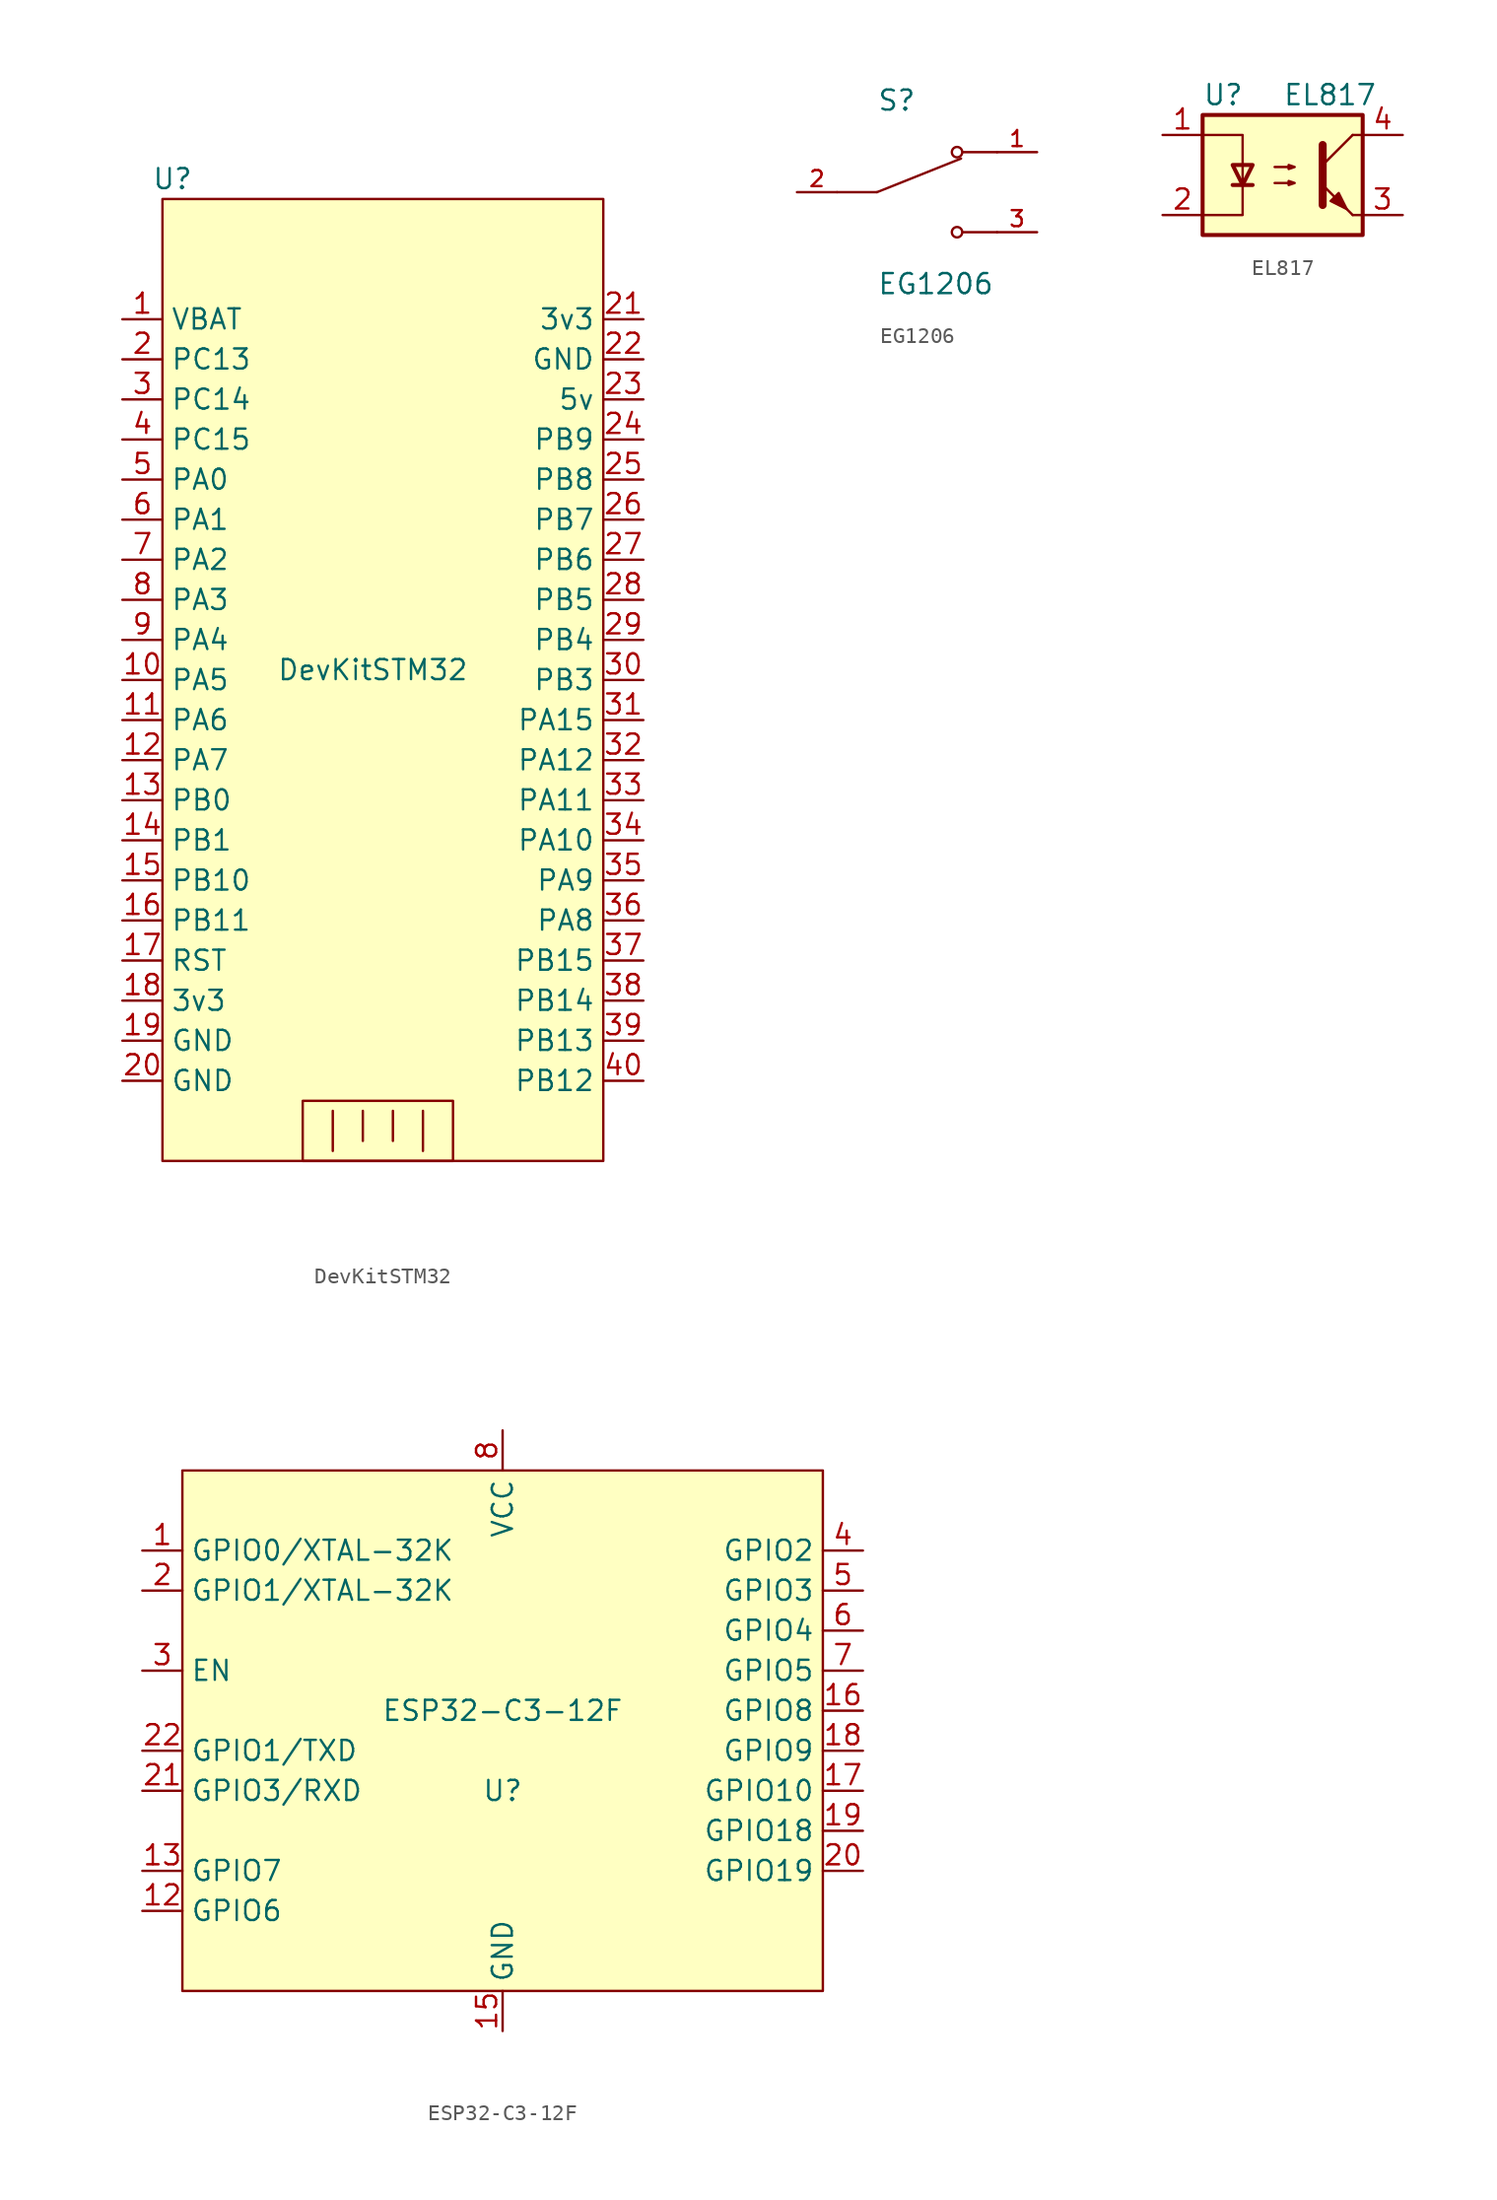
<source format=kicad_sym>
(kicad_symbol_lib
  (version 20220914)
  (generator kicad_symbol_editor)
  (symbol "DevKitSTM32"
    (property "Reference" "U"
      (at -12.065 29.21 0)
      (effects (font (size 1.27 1.27))))
    (property "Value" "DevKitSTM32"
      (at 0.635 -1.905 0)
      (effects (font (size 1.27 1.27))))
    (symbol "DevKitSTM32_0_1"
      (rectangle (start -12.7 27.94) (end 15.24 -33.02) (stroke (width 0) (type default)) (fill (type background)))
      (rectangle (start -3.81 -33.02) (end 5.715 -29.21) (stroke (width 0) (type default)) (fill (type none)))
      (polyline (pts (xy -1.905 -29.845) (xy -1.905 -32.385)) (stroke (width 0) (type default)) (fill (type none)))
      (polyline (pts (xy 0 -29.845) (xy 0 -31.75)) (stroke (width 0) (type default)) (fill (type none)))
      (polyline (pts (xy 1.905 -29.845) (xy 1.905 -31.75)) (stroke (width 0) (type default)) (fill (type none)))
      (polyline (pts (xy 3.81 -29.845) (xy 3.81 -32.385)) (stroke (width 0) (type default)) (fill (type none))))
    (symbol "DevKitSTM32_1_1"
      (pin power_in line (at -15.24 20.32 0) (length 2.54) (name "VBAT" (effects (font (size 1.27 1.27)))) (number "1" (effects (font (size 1.27 1.27)))))
      (pin input line (at -15.24 -2.54 0) (length 2.54) (name "PA5" (effects (font (size 1.27 1.27)))) (number "10" (effects (font (size 1.27 1.27)))))
      (pin input line (at -15.24 -5.08 0) (length 2.54) (name "PA6" (effects (font (size 1.27 1.27)))) (number "11" (effects (font (size 1.27 1.27)))))
      (pin input line (at -15.24 -7.62 0) (length 2.54) (name "PA7" (effects (font (size 1.27 1.27)))) (number "12" (effects (font (size 1.27 1.27)))))
      (pin input line (at -15.24 -10.16 0) (length 2.54) (name "PB0" (effects (font (size 1.27 1.27)))) (number "13" (effects (font (size 1.27 1.27)))))
      (pin input line (at -15.24 -12.7 0) (length 2.54) (name "PB1" (effects (font (size 1.27 1.27)))) (number "14" (effects (font (size 1.27 1.27)))))
      (pin input line (at -15.24 -15.24 0) (length 2.54) (name "PB10" (effects (font (size 1.27 1.27)))) (number "15" (effects (font (size 1.27 1.27)))))
      (pin input line (at -15.24 -17.78 0) (length 2.54) (name "PB11" (effects (font (size 1.27 1.27)))) (number "16" (effects (font (size 1.27 1.27)))))
      (pin input line (at -15.24 -20.32 0) (length 2.54) (name "RST" (effects (font (size 1.27 1.27)))) (number "17" (effects (font (size 1.27 1.27)))))
      (pin input line (at -15.24 -22.86 0) (length 2.54) (name "3v3" (effects (font (size 1.27 1.27)))) (number "18" (effects (font (size 1.27 1.27)))))
      (pin power_in line (at -15.24 -25.4 0) (length 2.54) (name "GND" (effects (font (size 1.27 1.27)))) (number "19" (effects (font (size 1.27 1.27)))))
      (pin input line (at -15.24 17.78 0) (length 2.54) (name "PC13" (effects (font (size 1.27 1.27)))) (number "2" (effects (font (size 1.27 1.27)))))
      (pin power_in line (at -15.24 -27.94 0) (length 2.54) (name "GND" (effects (font (size 1.27 1.27)))) (number "20" (effects (font (size 1.27 1.27)))))
      (pin input line (at 17.78 20.32 180) (length 2.54) (name "3v3" (effects (font (size 1.27 1.27)))) (number "21" (effects (font (size 1.27 1.27)))))
      (pin input line (at 17.78 17.78 180) (length 2.54) (name "GND" (effects (font (size 1.27 1.27)))) (number "22" (effects (font (size 1.27 1.27)))))
      (pin input line (at 17.78 15.24 180) (length 2.54) (name "5v" (effects (font (size 1.27 1.27)))) (number "23" (effects (font (size 1.27 1.27)))))
      (pin input line (at 17.78 12.7 180) (length 2.54) (name "PB9" (effects (font (size 1.27 1.27)))) (number "24" (effects (font (size 1.27 1.27)))))
      (pin input line (at 17.78 10.16 180) (length 2.54) (name "PB8" (effects (font (size 1.27 1.27)))) (number "25" (effects (font (size 1.27 1.27)))))
      (pin input line (at 17.78 7.62 180) (length 2.54) (name "PB7" (effects (font (size 1.27 1.27)))) (number "26" (effects (font (size 1.27 1.27)))))
      (pin input line (at 17.78 5.08 180) (length 2.54) (name "PB6" (effects (font (size 1.27 1.27)))) (number "27" (effects (font (size 1.27 1.27)))))
      (pin input line (at 17.78 2.54 180) (length 2.54) (name "PB5" (effects (font (size 1.27 1.27)))) (number "28" (effects (font (size 1.27 1.27)))))
      (pin input line (at 17.78 0 180) (length 2.54) (name "PB4" (effects (font (size 1.27 1.27)))) (number "29" (effects (font (size 1.27 1.27)))))
      (pin input line (at -15.24 15.24 0) (length 2.54) (name "PC14" (effects (font (size 1.27 1.27)))) (number "3" (effects (font (size 1.27 1.27)))))
      (pin input line (at 17.78 -2.54 180) (length 2.54) (name "PB3" (effects (font (size 1.27 1.27)))) (number "30" (effects (font (size 1.27 1.27)))))
      (pin input line (at 17.78 -5.08 180) (length 2.54) (name "PA15" (effects (font (size 1.27 1.27)))) (number "31" (effects (font (size 1.27 1.27)))))
      (pin input line (at 17.78 -7.62 180) (length 2.54) (name "PA12" (effects (font (size 1.27 1.27)))) (number "32" (effects (font (size 1.27 1.27)))))
      (pin input line (at 17.78 -10.16 180) (length 2.54) (name "PA11" (effects (font (size 1.27 1.27)))) (number "33" (effects (font (size 1.27 1.27)))))
      (pin input line (at 17.78 -12.7 180) (length 2.54) (name "PA10" (effects (font (size 1.27 1.27)))) (number "34" (effects (font (size 1.27 1.27)))))
      (pin input line (at 17.78 -15.24 180) (length 2.54) (name "PA9" (effects (font (size 1.27 1.27)))) (number "35" (effects (font (size 1.27 1.27)))))
      (pin input line (at 17.78 -17.78 180) (length 2.54) (name "PA8" (effects (font (size 1.27 1.27)))) (number "36" (effects (font (size 1.27 1.27)))))
      (pin input line (at 17.78 -20.32 180) (length 2.54) (name "PB15" (effects (font (size 1.27 1.27)))) (number "37" (effects (font (size 1.27 1.27)))))
      (pin input line (at 17.78 -22.86 180) (length 2.54) (name "PB14" (effects (font (size 1.27 1.27)))) (number "38" (effects (font (size 1.27 1.27)))))
      (pin input line (at 17.78 -25.4 180) (length 2.54) (name "PB13" (effects (font (size 1.27 1.27)))) (number "39" (effects (font (size 1.27 1.27)))))
      (pin input line (at -15.24 12.7 0) (length 2.54) (name "PC15" (effects (font (size 1.27 1.27)))) (number "4" (effects (font (size 1.27 1.27)))))
      (pin input line (at 17.78 -27.94 180) (length 2.54) (name "PB12" (effects (font (size 1.27 1.27)))) (number "40" (effects (font (size 1.27 1.27)))))
      (pin input line (at -15.24 10.16 0) (length 2.54) (name "PA0" (effects (font (size 1.27 1.27)))) (number "5" (effects (font (size 1.27 1.27)))))
      (pin input line (at -15.24 7.62 0) (length 2.54) (name "PA1" (effects (font (size 1.27 1.27)))) (number "6" (effects (font (size 1.27 1.27)))))
      (pin input line (at -15.24 5.08 0) (length 2.54) (name "PA2" (effects (font (size 1.27 1.27)))) (number "7" (effects (font (size 1.27 1.27)))))
      (pin input line (at -15.24 2.54 0) (length 2.54) (name "PA3" (effects (font (size 1.27 1.27)))) (number "8" (effects (font (size 1.27 1.27)))))
      (pin input line (at -15.24 0 0) (length 2.54) (name "PA4" (effects (font (size 1.27 1.27)))) (number "9" (effects (font (size 1.27 1.27)))))))
  (symbol "EG1206"
    (pin_names
      (offset 1.016))
    (property "Reference" "S"
      (at -2.54 5.08 0)
      (effects (font (size 1.27 1.27)) (justify left bottom)))
    (property "Value" "EG1206"
      (at -2.54 -5.08 0)
      (effects (font (size 1.27 1.27)) (justify left top)))
    (symbol "EG1206_0_0"
      (polyline (pts (xy -2.54 0) (xy -5.08 0)) (stroke (width 0.152) (type default)) (fill (type none)))
      (polyline (pts (xy -2.54 0) (xy 2.794 2.134)) (stroke (width 0.152) (type default)) (fill (type none)))
      (polyline (pts (xy 5.08 -2.54) (xy 2.921 -2.54)) (stroke (width 0.152) (type default)) (fill (type none)))
      (polyline (pts (xy 5.08 2.54) (xy 2.921 2.54)) (stroke (width 0.152) (type default)) (fill (type none)))
      (circle (center 2.54 -2.54) (radius 0.33) (stroke (width 0.152) (type default)) (fill (type none)))
      (circle (center 2.54 2.54) (radius 0.33) (stroke (width 0.152) (type default)) (fill (type none)))
      (pin passive line (at 7.62 2.54 180) (length 2.54) (name "~" (effects (font (size 1.016 1.016)))) (number "1" (effects (font (size 1.016 1.016)))))
      (pin passive line (at -7.62 0 0) (length 2.54) (name "~" (effects (font (size 1.016 1.016)))) (number "2" (effects (font (size 1.016 1.016)))))
      (pin passive line (at 7.62 -2.54 180) (length 2.54) (name "~" (effects (font (size 1.016 1.016)))) (number "3" (effects (font (size 1.016 1.016)))))))
  (symbol "EL817"
    (pin_names
      (offset 1.016))
    (property "Reference" "U"
      (at -5.08 5.08 0)
      (effects (font (size 1.27 1.27)) (justify left)))
    (property "Value" "EL817"
      (at 0 5.08 0)
      (effects (font (size 1.27 1.27)) (justify left)))
    (symbol "EL817_0_1"
      (rectangle (start -5.08 3.81) (end 5.08 -3.81) (stroke (width 0.254) (type default)) (fill (type background)))
      (polyline (pts (xy -3.175 -0.635) (xy -1.905 -0.635)) (stroke (width 0.254) (type default)) (fill (type none)))
      (polyline (pts (xy 2.54 0.635) (xy 4.445 2.54)) (stroke (width 0) (type default)) (fill (type none)))
      (polyline (pts (xy 4.445 -2.54) (xy 2.54 -0.635)) (stroke (width 0) (type default)) (fill (type outline)))
      (polyline (pts (xy 4.445 -2.54) (xy 5.08 -2.54)) (stroke (width 0) (type default)) (fill (type none)))
      (polyline (pts (xy 4.445 2.54) (xy 5.08 2.54)) (stroke (width 0) (type default)) (fill (type none)))
      (polyline (pts (xy -5.08 2.54) (xy -2.54 2.54) (xy -2.54 -0.635)) (stroke (width 0) (type default)) (fill (type none)))
      (polyline (pts (xy -2.54 -0.635) (xy -2.54 -2.54) (xy -5.08 -2.54)) (stroke (width 0) (type default)) (fill (type none)))
      (polyline (pts (xy 2.54 1.905) (xy 2.54 -1.905) (xy 2.54 -1.905)) (stroke (width 0.508) (type default)) (fill (type none)))
      (polyline (pts (xy -2.54 -0.635) (xy -3.175 0.635) (xy -1.905 0.635) (xy -2.54 -0.635)) (stroke (width 0.254) (type default)) (fill (type none)))
      (polyline (pts (xy -0.508 -0.508) (xy 0.762 -0.508) (xy 0.381 -0.635) (xy 0.381 -0.381) (xy 0.762 -0.508)) (stroke (width 0) (type default)) (fill (type none)))
      (polyline (pts (xy -0.508 0.508) (xy 0.762 0.508) (xy 0.381 0.381) (xy 0.381 0.635) (xy 0.762 0.508)) (stroke (width 0) (type default)) (fill (type none)))
      (polyline (pts (xy 3.048 -1.651) (xy 3.556 -1.143) (xy 4.064 -2.159) (xy 3.048 -1.651) (xy 3.048 -1.651)) (stroke (width 0) (type default)) (fill (type outline))))
    (symbol "EL817_1_1"
      (pin passive line (at -7.62 2.54 0) (length 2.54) (name "~" (effects (font (size 1.27 1.27)))) (number "1" (effects (font (size 1.27 1.27)))))
      (pin passive line (at -7.62 -2.54 0) (length 2.54) (name "~" (effects (font (size 1.27 1.27)))) (number "2" (effects (font (size 1.27 1.27)))))
      (pin passive line (at 7.62 -2.54 180) (length 2.54) (name "~" (effects (font (size 1.27 1.27)))) (number "3" (effects (font (size 1.27 1.27)))))
      (pin passive line (at 7.62 2.54 180) (length 2.54) (name "~" (effects (font (size 1.27 1.27)))) (number "4" (effects (font (size 1.27 1.27)))))))
  (symbol "ESP32-C3-12F"
    (property "Reference" "U"
      (at 0 0 0)
      (effects (font (size 1.27 1.27))))
    (property "Value" "ESP32-C3-12F"
      (at 0 5.08 0)
      (effects (font (size 1.27 1.27))))
    (symbol "ESP32-C3-12F_1_1"
      (rectangle (start -20.32 20.32) (end 20.32 -12.7) (stroke (width 0) (type default)) (fill (type background)))
      (pin input line (at -22.86 15.24 0) (length 2.54) (name "GPIO0/XTAL-32K" (effects (font (size 1.27 1.27)))) (number "1" (effects (font (size 1.27 1.27)))))
      (pin bidirectional line (at -22.86 -7.62 0) (length 2.54) (name "GPIO6" (effects (font (size 1.27 1.27)))) (number "12" (effects (font (size 1.27 1.27)))))
      (pin bidirectional line (at -22.86 -5.08 0) (length 2.54) (name "GPIO7" (effects (font (size 1.27 1.27)))) (number "13" (effects (font (size 1.27 1.27)))))
      (pin power_in line (at 0 -15.24 90) (length 2.54) (name "GND" (effects (font (size 1.27 1.27)))) (number "15" (effects (font (size 1.27 1.27)))))
      (pin bidirectional line (at 22.86 5.08 180) (length 2.54) (name "GPIO8" (effects (font (size 1.27 1.27)))) (number "16" (effects (font (size 1.27 1.27)))))
      (pin bidirectional line (at 22.86 0 180) (length 2.54) (name "GPIO10" (effects (font (size 1.27 1.27)))) (number "17" (effects (font (size 1.27 1.27)))))
      (pin bidirectional line (at 22.86 2.54 180) (length 2.54) (name "GPIO9" (effects (font (size 1.27 1.27)))) (number "18" (effects (font (size 1.27 1.27)))))
      (pin bidirectional line (at 22.86 -2.54 180) (length 2.54) (name "GPIO18" (effects (font (size 1.27 1.27)))) (number "19" (effects (font (size 1.27 1.27)))))
      (pin input line (at -22.86 12.7 0) (length 2.54) (name "GPIO1/XTAL-32K" (effects (font (size 1.27 1.27)))) (number "2" (effects (font (size 1.27 1.27)))))
      (pin bidirectional line (at 22.86 -5.08 180) (length 2.54) (name "GPIO19" (effects (font (size 1.27 1.27)))) (number "20" (effects (font (size 1.27 1.27)))))
      (pin bidirectional line (at -22.86 0 0) (length 2.54) (name "GPIO3/RXD" (effects (font (size 1.27 1.27)))) (number "21" (effects (font (size 1.27 1.27)))))
      (pin bidirectional line (at -22.86 2.54 0) (length 2.54) (name "GPIO1/TXD" (effects (font (size 1.27 1.27)))) (number "22" (effects (font (size 1.27 1.27)))))
      (pin input line (at -22.86 7.62 0) (length 2.54) (name "EN" (effects (font (size 1.27 1.27)))) (number "3" (effects (font (size 1.27 1.27)))))
      (pin bidirectional line (at 22.86 15.24 180) (length 2.54) (name "GPIO2" (effects (font (size 1.27 1.27)))) (number "4" (effects (font (size 1.27 1.27)))))
      (pin bidirectional line (at 22.86 12.7 180) (length 2.54) (name "GPIO3" (effects (font (size 1.27 1.27)))) (number "5" (effects (font (size 1.27 1.27)))))
      (pin bidirectional line (at 22.86 10.16 180) (length 2.54) (name "GPIO4" (effects (font (size 1.27 1.27)))) (number "6" (effects (font (size 1.27 1.27)))))
      (pin bidirectional line (at 22.86 7.62 180) (length 2.54) (name "GPIO5" (effects (font (size 1.27 1.27)))) (number "7" (effects (font (size 1.27 1.27)))))
      (pin input line (at 0 22.86 270) (length 2.54) (name "VCC" (effects (font (size 1.27 1.27)))) (number "8" (effects (font (size 1.27 1.27))))))))
</source>
